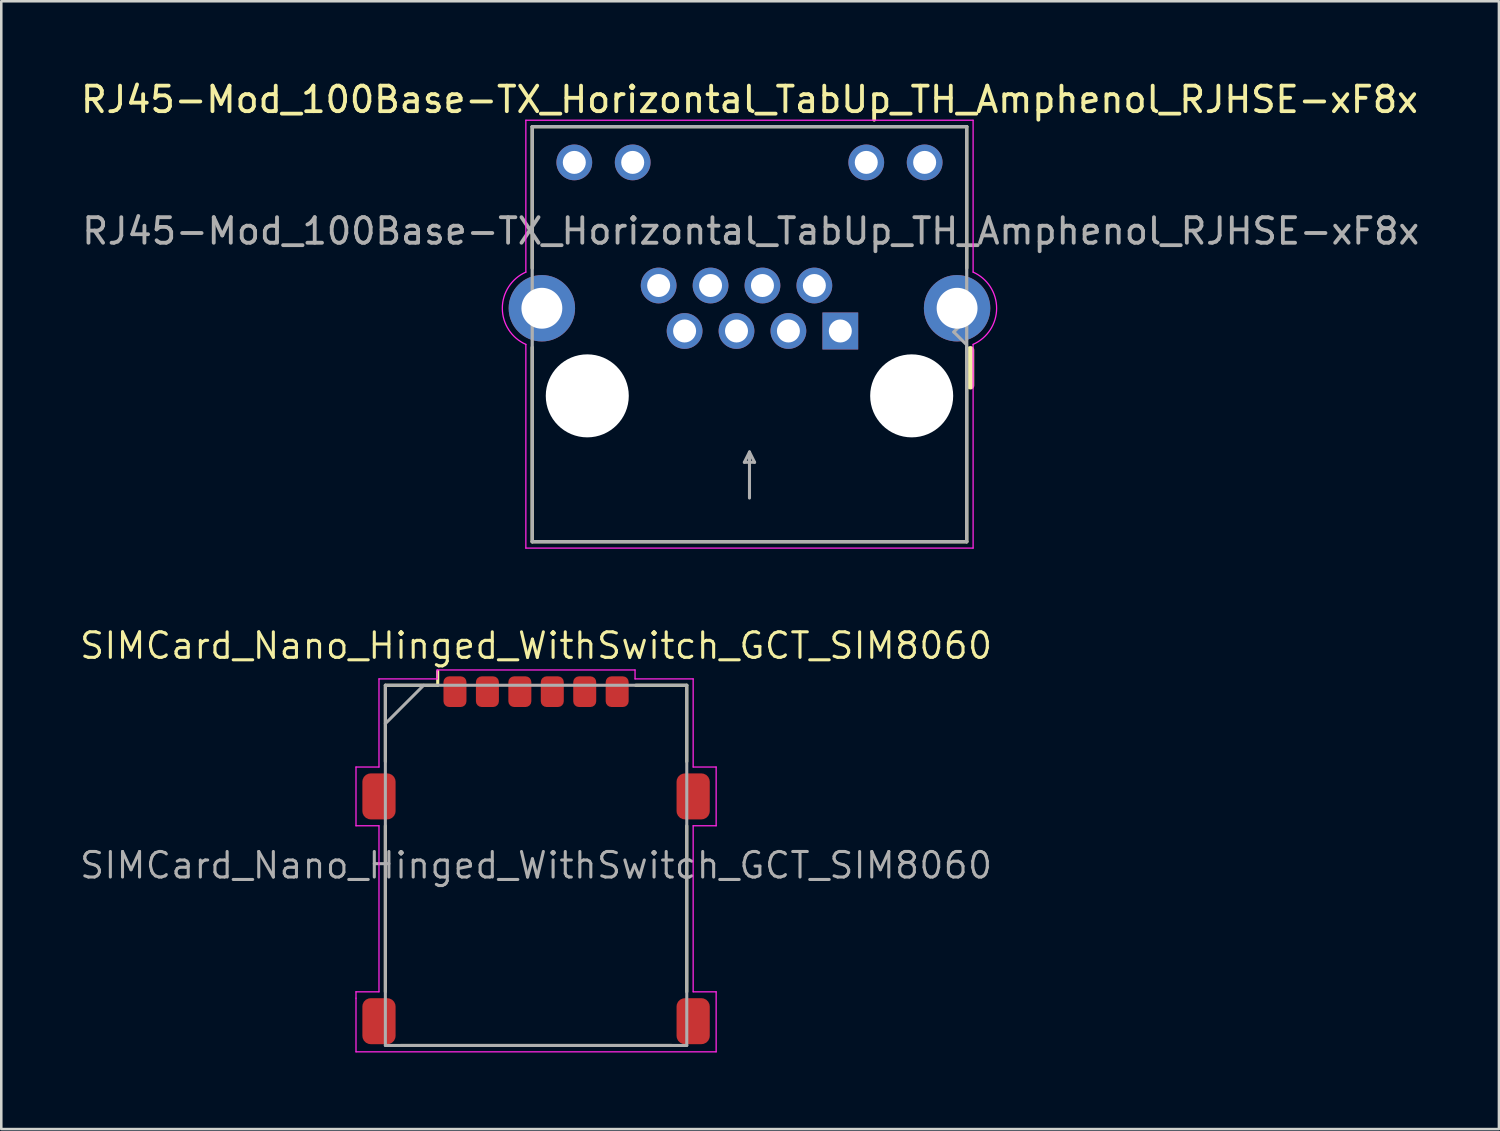
<source format=kicad_pcb>
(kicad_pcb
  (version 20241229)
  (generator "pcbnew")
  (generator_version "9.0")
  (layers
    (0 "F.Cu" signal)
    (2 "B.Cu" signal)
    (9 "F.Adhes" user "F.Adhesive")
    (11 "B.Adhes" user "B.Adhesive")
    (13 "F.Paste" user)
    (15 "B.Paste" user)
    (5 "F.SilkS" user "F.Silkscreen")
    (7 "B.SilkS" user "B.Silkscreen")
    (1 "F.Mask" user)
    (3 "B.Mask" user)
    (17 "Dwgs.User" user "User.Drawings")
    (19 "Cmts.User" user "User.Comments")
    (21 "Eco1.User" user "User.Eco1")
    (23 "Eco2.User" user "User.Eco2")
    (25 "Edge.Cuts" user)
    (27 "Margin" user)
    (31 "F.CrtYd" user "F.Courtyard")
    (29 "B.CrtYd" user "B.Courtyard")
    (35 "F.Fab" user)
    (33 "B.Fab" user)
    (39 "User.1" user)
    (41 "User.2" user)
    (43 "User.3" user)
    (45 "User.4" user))
  (footprint "RJ45-Mod_100Base-TX_Horizontal_TabUp_TH_Amphenol_RJHSE-xF8x"
    (layer "F.Cu")
    (at 29.848 9.908)
    (property "Reference" "RJ45-Mod_100Base-TX_Horizontal_TabUp_TH_Amphenol_RJHSE-xF8x" (at -3.556 -9.06 0) (layer "F.SilkS") (effects (font (size 1 1) (thickness 0.15))))
    (attr through_hole)
    (fp_line (start -12.061 -2.46) (end -12.061 -8) (stroke (width 0.127) (type solid)) (layer "F.SilkS"))
    (fp_line (start -12.061 0.64) (end -12.061 8.25) (stroke (width 0.127) (type solid)) (layer "F.SilkS"))
    (fp_line (start -12.061 8.25) (end 4.949 8.25) (stroke (width 0.127) (type solid)) (layer "F.SilkS"))
    (fp_line (start 4.949 -8) (end -12.061 -8) (stroke (width 0.127) (type solid)) (layer "F.SilkS"))
    (fp_line (start 4.949 -2.46) (end 4.949 -8) (stroke (width 0.127) (type solid)) (layer "F.SilkS"))
    (fp_line (start 4.949 0.64) (end 4.949 8.25) (stroke (width 0.127) (type solid)) (layer "F.SilkS"))
    (fp_line (start 5.094 0.74) (end 5.094 2.14) (stroke (width 0.3) (type solid)) (layer "F.SilkS"))
    (fp_line (start -12.311 -8.25) (end -12.311 -2.305) (stroke (width 0.05) (type solid)) (layer "F.CrtYd"))
    (fp_line (start -12.311 0.525) (end -12.311 8.5) (stroke (width 0.05) (type solid)) (layer "F.CrtYd"))
    (fp_line (start 5.199 -8.25) (end -12.311 -8.25) (stroke (width 0.05) (type solid)) (layer "F.CrtYd"))
    (fp_line (start 5.199 -8.25) (end 5.199 -2.305) (stroke (width 0.05) (type solid)) (layer "F.CrtYd"))
    (fp_line (start 5.199 0.525) (end 5.199 8.5) (stroke (width 0.05) (type solid)) (layer "F.CrtYd"))
    (fp_line (start 5.199 8.5) (end -12.311 8.5) (stroke (width 0.05) (type solid)) (layer "F.CrtYd"))
    (fp_arc (start -12.310999 0.525) (mid -13.231693 -0.89) (end -12.311 -2.305) (stroke (width 0.05) (type default)) (layer "F.CrtYd"))
    (fp_arc (start 5.198999 -2.305) (mid 6.119693 -0.89) (end 5.199 0.525) (stroke (width 0.05) (type default)) (layer "F.CrtYd"))
    (fp_line (start -12.061 -8) (end -12.061 8.25) (stroke (width 0.127) (type solid)) (layer "F.Fab"))
    (fp_line (start -3.756 5.14) (end -3.356 5.14) (stroke (width 0.12) (type solid)) (layer "F.Fab"))
    (fp_line (start -3.556 4.74) (end -3.756 5.14) (stroke (width 0.12) (type solid)) (layer "F.Fab"))
    (fp_line (start -3.556 6.54) (end -3.556 4.74) (stroke (width 0.12) (type solid)) (layer "F.Fab"))
    (fp_line (start -3.356 5.14) (end -3.556 4.74) (stroke (width 0.12) (type solid)) (layer "F.Fab"))
    (fp_line (start 4.444 0.04) (end 4.944 -0.46) (stroke (width 0.12) (type solid)) (layer "F.Fab"))
    (fp_line (start 4.444 0.04) (end 4.944 0.54) (stroke (width 0.12) (type solid)) (layer "F.Fab"))
    (fp_line (start 4.949 -8) (end -12.061 -8) (stroke (width 0.127) (type solid)) (layer "F.Fab"))
    (fp_line (start 4.949 8.25) (end -12.061 8.25) (stroke (width 0.127) (type solid)) (layer "F.Fab"))
    (fp_line (start 4.949 8.25) (end 4.949 -8) (stroke (width 0.127) (type solid)) (layer "F.Fab"))
    (fp_text user "${REFERENCE}" (at -3.506 -3.91 0) (layer "F.Fab") (effects (font (size 1 1) (thickness 0.15))))
    (pad "" np_thru_hole circle (at -9.906 2.54) (size 3.25 3.25) (drill 3.25) (layers "*.Cu" "*.Mask"))
    (pad "" np_thru_hole circle (at 2.794 2.54) (size 3.25 3.25) (drill 3.25) (layers "*.Cu" "*.Mask"))
    (pad "1" thru_hole rect (at 0 0) (size 1.4 1.448) (drill 0.9) (layers "*.Cu" "*.Mask"))
    (pad "2" thru_hole circle (at -1.016 -1.78) (size 1.4 1.4) (drill 0.9) (layers "*.Cu" "*.Mask"))
    (pad "3" thru_hole circle (at -2.032 0) (size 1.4 1.4) (drill 0.9) (layers "*.Cu" "*.Mask"))
    (pad "4" thru_hole circle (at -3.048 -1.78) (size 1.4 1.4) (drill 0.9) (layers "*.Cu" "*.Mask"))
    (pad "5" thru_hole circle (at -4.064 0) (size 1.4 1.4) (drill 0.9) (layers "*.Cu" "*.Mask"))
    (pad "6" thru_hole circle (at -5.08 -1.78) (size 1.4 1.4) (drill 0.9) (layers "*.Cu" "*.Mask"))
    (pad "7" thru_hole circle (at -6.096 0) (size 1.4 1.4) (drill 0.9) (layers "*.Cu" "*.Mask"))
    (pad "8" thru_hole circle (at -7.112 -1.78) (size 1.4 1.4) (drill 0.9) (layers "*.Cu" "*.Mask"))
    (pad "9" thru_hole circle (at 3.302 -6.6) (size 1.4 1.4) (drill 0.9) (layers "*.Cu" "*.Mask"))
    (pad "10" thru_hole circle (at 1.016 -6.6) (size 1.4 1.4) (drill 0.9) (layers "*.Cu" "*.Mask"))
    (pad "11" thru_hole circle (at -8.128 -6.6) (size 1.4 1.4) (drill 0.9) (layers "*.Cu" "*.Mask"))
    (pad "12" thru_hole circle (at -10.414 -6.6) (size 1.4 1.4) (drill 0.9) (layers "*.Cu" "*.Mask"))
    (pad "SH" thru_hole circle (at -11.684 -0.89) (size 2.6 2.6) (drill 1.6) (layers "*.Cu" "*.Mask"))
    (pad "SH" thru_hole circle (at 4.572 -0.89) (size 2.6 2.6) (drill 1.6) (layers "*.Cu" "*.Mask")))
  (footprint "SIMCard_Nano_Hinged_WithSwitch_GCT_SIM8060"
    (layer "F.Cu")
    (at 17.937 30.829)
    (property "Reference" "SIMCard_Nano_Hinged_WithSwitch_GCT_SIM8060" (at 0 -8.6 0) (layer "F.SilkS") (effects (font (size 1 1) (thickness 0.12))))
    (attr smd)
    (fp_line (start -5.9 -7.05) (end -3.85 -7.05) (stroke (width 0.12) (type solid)) (layer "F.SilkS"))
    (fp_line (start -5.9 -4.064) (end -5.9 -7.05) (stroke (width 0.12) (type solid)) (layer "F.SilkS"))
    (fp_line (start -5.9 -1.55) (end -5.9 4.95) (stroke (width 0.12) (type solid)) (layer "F.SilkS"))
    (fp_line (start -5.3 7.05) (end 5.3 7.05) (stroke (width 0.12) (type solid)) (layer "F.SilkS"))
    (fp_line (start -3.85 -7.05) (end -3.85 -7.6) (stroke (width 0.12) (type default)) (layer "F.SilkS"))
    (fp_line (start 3.9 -7.05) (end 5.9 -7.05) (stroke (width 0.12) (type solid)) (layer "F.SilkS"))
    (fp_line (start 5.9 -7.05) (end 5.9 -4.064) (stroke (width 0.12) (type solid)) (layer "F.SilkS"))
    (fp_line (start 5.9 4.95) (end 5.9 -1.55) (stroke (width 0.12) (type solid)) (layer "F.SilkS"))
    (fp_line (start -7.05 -3.85) (end -6.15 -3.85) (stroke (width 0.05) (type default)) (layer "F.CrtYd"))
    (fp_line (start -7.05 -1.55) (end -7.05 -3.85) (stroke (width 0.05) (type default)) (layer "F.CrtYd"))
    (fp_line (start -7.05 4.95) (end -6.15 4.95) (stroke (width 0.05) (type default)) (layer "F.CrtYd"))
    (fp_line (start -7.05 5.2) (end -7.05 4.95) (stroke (width 0.05) (type default)) (layer "F.CrtYd"))
    (fp_line (start -7.05 7.3) (end -7.05 5.2) (stroke (width 0.05) (type default)) (layer "F.CrtYd"))
    (fp_line (start -6.15 -7.3) (end -3.875 -7.3) (stroke (width 0.05) (type default)) (layer "F.CrtYd"))
    (fp_line (start -6.15 -3.85) (end -6.15 -7.3) (stroke (width 0.05) (type default)) (layer "F.CrtYd"))
    (fp_line (start -6.15 -1.55) (end -7.05 -1.55) (stroke (width 0.05) (type default)) (layer "F.CrtYd"))
    (fp_line (start -6.15 4.95) (end -6.15 -1.55) (stroke (width 0.05) (type default)) (layer "F.CrtYd"))
    (fp_line (start -3.875 -7.65) (end 3.875 -7.65) (stroke (width 0.05) (type default)) (layer "F.CrtYd"))
    (fp_line (start -3.875 -7.3) (end -3.875 -7.65) (stroke (width 0.05) (type default)) (layer "F.CrtYd"))
    (fp_line (start 3.875 -7.65) (end 3.875 -7.3) (stroke (width 0.05) (type default)) (layer "F.CrtYd"))
    (fp_line (start 3.875 -7.3) (end 6.15 -7.3) (stroke (width 0.05) (type default)) (layer "F.CrtYd"))
    (fp_line (start 6.15 -7.3) (end 6.15 -3.85) (stroke (width 0.05) (type default)) (layer "F.CrtYd"))
    (fp_line (start 6.15 -3.85) (end 7.05 -3.85) (stroke (width 0.05) (type default)) (layer "F.CrtYd"))
    (fp_line (start 6.15 -1.55) (end 6.15 4.95) (stroke (width 0.05) (type default)) (layer "F.CrtYd"))
    (fp_line (start 6.15 4.95) (end 7.05 4.95) (stroke (width 0.05) (type default)) (layer "F.CrtYd"))
    (fp_line (start 7.05 -3.85) (end 7.05 -1.55) (stroke (width 0.05) (type default)) (layer "F.CrtYd"))
    (fp_line (start 7.05 -1.55) (end 6.15 -1.55) (stroke (width 0.05) (type default)) (layer "F.CrtYd"))
    (fp_line (start 7.05 4.95) (end 7.05 7.3) (stroke (width 0.05) (type default)) (layer "F.CrtYd"))
    (fp_line (start 7.05 7.3) (end -7.05 7.3) (stroke (width 0.05) (type default)) (layer "F.CrtYd"))
    (fp_line (start -5.9 -7.05) (end 5.9 -7.05) (stroke (width 0.12) (type solid)) (layer "F.Fab"))
    (fp_line (start -5.9 -5.55) (end -4.4 -7.05) (stroke (width 0.12) (type default)) (layer "F.Fab"))
    (fp_line (start -5.9 7.05) (end -5.9 -7.05) (stroke (width 0.12) (type solid)) (layer "F.Fab"))
    (fp_line (start 5.9 -7.05) (end 5.9 7.05) (stroke (width 0.12) (type solid)) (layer "F.Fab"))
    (fp_line (start 5.9 7.05) (end -5.9 7.05) (stroke (width 0.12) (type solid)) (layer "F.Fab"))
    (fp_text user "${REFERENCE}" (at 0 0 0) (layer "F.Fab") (effects (font (size 1 1) (thickness 0.12))))
    (pad "C1" smd roundrect (at -3.175 -6.8) (size 0.9 1.2) (layers "F.Cu" "F.Mask" "F.Paste") (roundrect_rratio 0.25))
    (pad "C2" smd roundrect (at -0.635 -6.8) (size 0.9 1.2) (layers "F.Cu" "F.Mask" "F.Paste") (roundrect_rratio 0.25))
    (pad "C3" smd roundrect (at 1.905 -6.8) (size 0.9 1.2) (layers "F.Cu" "F.Mask" "F.Paste") (roundrect_rratio 0.25))
    (pad "C5" smd roundrect (at -1.905 -6.8) (size 0.9 1.2) (layers "F.Cu" "F.Mask" "F.Paste") (roundrect_rratio 0.25))
    (pad "C6" smd roundrect (at 0.635 -6.8) (size 0.9 1.2) (layers "F.Cu" "F.Mask" "F.Paste") (roundrect_rratio 0.25))
    (pad "C7" smd roundrect (at 3.175 -6.8) (size 0.9 1.2) (layers "F.Cu" "F.Mask" "F.Paste") (roundrect_rratio 0.25))
    (pad "S1" smd roundrect (at -6.15 -2.7) (size 1.3 1.8) (layers "F.Cu" "F.Mask" "F.Paste") (roundrect_rratio 0.25))
    (pad "S2" smd roundrect (at 6.15 -2.7) (size 1.3 1.8) (layers "F.Cu" "F.Mask" "F.Paste") (roundrect_rratio 0.25))
    (pad "S3" smd roundrect (at 6.15 6.1) (size 1.3 1.8) (layers "F.Cu" "F.Mask" "F.Paste") (roundrect_rratio 0.25))
    (pad "SW" smd roundrect (at -6.15 6.1) (size 1.3 1.8) (layers "F.Cu" "F.Mask" "F.Paste") (roundrect_rratio 0.25))
    (zone (net_name "") (layer "F.Cu") (hatch full 0.508) (connect_pads) (min_thickness 0.01) (filled_areas_thickness no) (keepout (tracks not_allowed) (vias not_allowed) (pads not_allowed) (copperpour not_allowed) (footprints allowed)) (placement (enabled no)) (fill) (polygon (pts (xy 14.007 33.429) (xy 16.447 33.429) (xy 16.447 37.129) (xy 14.007 37.129))))
    (zone (net_name "") (layer "F.Cu") (hatch full 0.508) (connect_pads) (min_thickness 0.01) (filled_areas_thickness no) (keepout (tracks not_allowed) (vias not_allowed) (pads not_allowed) (copperpour not_allowed) (footprints allowed)) (placement (enabled no)) (fill) (polygon (pts (xy 14.577 26.409) (xy 15.877 26.409) (xy 15.877 30.109) (xy 14.577 30.109))))
    (zone (net_name "") (layer "F.Cu") (hatch full 0.508) (connect_pads) (min_thickness 0.01) (filled_areas_thickness no) (keepout (tracks not_allowed) (vias not_allowed) (pads not_allowed) (copperpour not_allowed) (footprints allowed)) (placement (enabled no)) (fill) (polygon (pts (xy 17.287 26.409) (xy 18.587 26.409) (xy 18.587 30.109) (xy 17.287 30.109))))
    (zone (net_name "") (layer "F.Cu") (hatch full 0.508) (connect_pads) (min_thickness 0.01) (filled_areas_thickness no) (keepout (tracks not_allowed) (vias not_allowed) (pads not_allowed) (copperpour not_allowed) (footprints allowed)) (placement (enabled no)) (fill) (polygon (pts (xy 17.287 33.429) (xy 18.587 33.429) (xy 18.587 37.129) (xy 17.287 37.129))))
    (zone (net_name "") (layer "F.Cu") (hatch full 0.508) (connect_pads) (min_thickness 0.01) (filled_areas_thickness no) (keepout (tracks not_allowed) (vias not_allowed) (pads not_allowed) (copperpour not_allowed) (footprints allowed)) (placement (enabled no)) (fill) (polygon (pts (xy 19.827 26.409) (xy 21.127 26.409) (xy 21.127 30.109) (xy 19.827 30.109))))
    (zone (net_name "") (layer "F.Cu") (hatch full 0.508) (connect_pads) (min_thickness 0.01) (filled_areas_thickness no) (keepout (tracks not_allowed) (vias not_allowed) (pads not_allowed) (copperpour not_allowed) (footprints allowed)) (placement (enabled no)) (fill) (polygon (pts (xy 19.827 33.429) (xy 21.127 33.429) (xy 21.127 37.129) (xy 19.827 37.129)))))
  (gr_rect
    (start -3 -3)
    (end 55.633 41.154)
    (stroke (width 0.1) (type default))
    (fill no)
    (layer "Edge.Cuts")))
</source>
